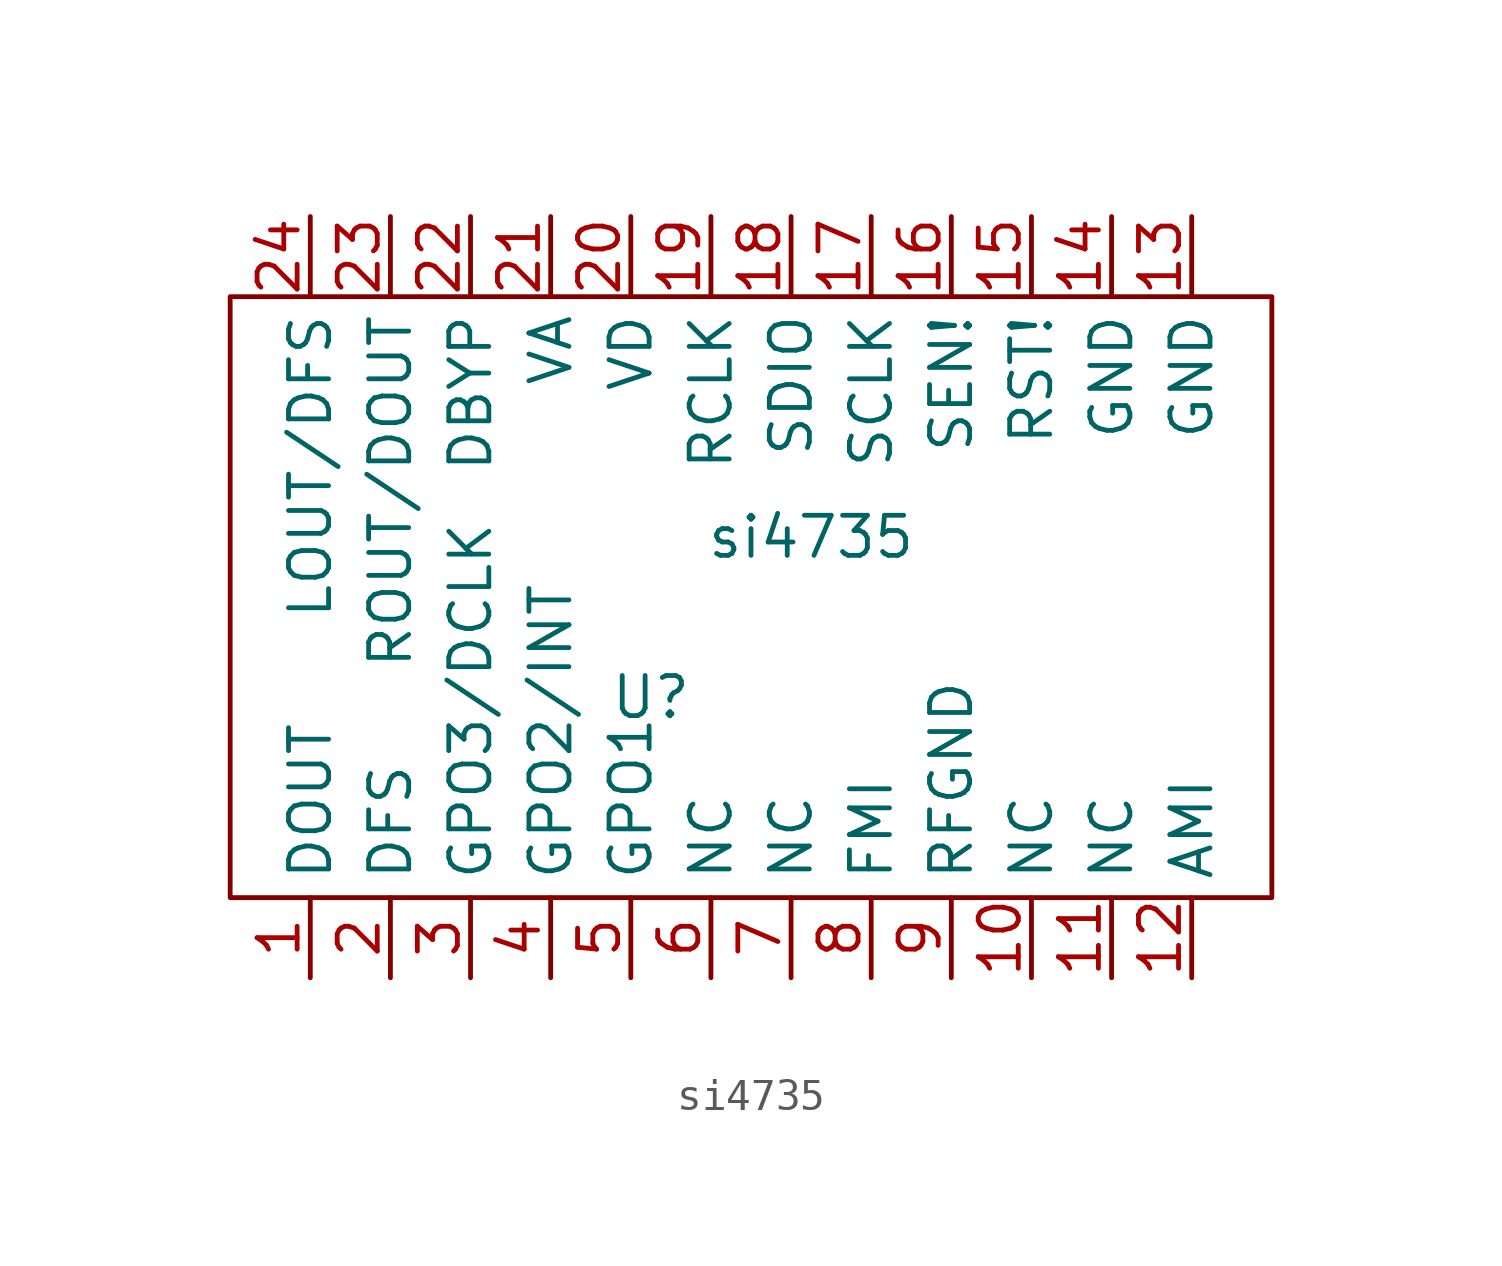
<source format=kicad_sym>
(kicad_symbol_lib
  (version 20211014)
  (generator kicad_symbol_editor)
  (symbol "si4735"
    (property "Reference" "U"
      (at 3.175 -1.905 0)
      (effects (font (size 1.27 1.27))))
    (property "Value" "si4735"
      (at 8.255 3.175 0)
      (effects (font (size 1.27 1.27))))
    (symbol "si4735_0_1"
      (polyline (pts (xy -10.16 -8.255) (xy 22.86 -8.255) (xy 22.86 10.795) (xy -10.16 10.795) (xy -10.16 -8.255)) (stroke (width 0) (type default) (color 0 0 0 0)) (fill (type none))))
    (symbol "si4735_1_1"
      (pin input line (at -7.62 -10.795 90) (length 2.54) (name "DOUT" (effects (font (size 1.27 1.27)))) (number "1" (effects (font (size 1.27 1.27)))))
      (pin input line (at 15.24 -10.795 90) (length 2.54) (name "NC" (effects (font (size 1.27 1.27)))) (number "10" (effects (font (size 1.27 1.27)))))
      (pin input line (at 17.78 -10.795 90) (length 2.54) (name "NC" (effects (font (size 1.27 1.27)))) (number "11" (effects (font (size 1.27 1.27)))))
      (pin input line (at 20.32 -10.795 90) (length 2.54) (name "AMI" (effects (font (size 1.27 1.27)))) (number "12" (effects (font (size 1.27 1.27)))))
      (pin input line (at 20.32 13.335 270) (length 2.54) (name "GND" (effects (font (size 1.27 1.27)))) (number "13" (effects (font (size 1.27 1.27)))))
      (pin input line (at 17.78 13.335 270) (length 2.54) (name "GND" (effects (font (size 1.27 1.27)))) (number "14" (effects (font (size 1.27 1.27)))))
      (pin input line (at 15.24 13.335 270) (length 2.54) (name "RST!" (effects (font (size 1.27 1.27)))) (number "15" (effects (font (size 1.27 1.27)))))
      (pin input line (at 12.7 13.335 270) (length 2.54) (name "SEN!" (effects (font (size 1.27 1.27)))) (number "16" (effects (font (size 1.27 1.27)))))
      (pin input line (at 10.16 13.335 270) (length 2.54) (name "SCLK" (effects (font (size 1.27 1.27)))) (number "17" (effects (font (size 1.27 1.27)))))
      (pin input line (at 7.62 13.335 270) (length 2.54) (name "SDIO" (effects (font (size 1.27 1.27)))) (number "18" (effects (font (size 1.27 1.27)))))
      (pin input line (at 5.08 13.335 270) (length 2.54) (name "RCLK" (effects (font (size 1.27 1.27)))) (number "19" (effects (font (size 1.27 1.27)))))
      (pin input line (at -5.08 -10.795 90) (length 2.54) (name "DFS" (effects (font (size 1.27 1.27)))) (number "2" (effects (font (size 1.27 1.27)))))
      (pin input line (at 2.54 13.335 270) (length 2.54) (name "VD" (effects (font (size 1.27 1.27)))) (number "20" (effects (font (size 1.27 1.27)))))
      (pin input line (at 0 13.335 270) (length 2.54) (name "VA" (effects (font (size 1.27 1.27)))) (number "21" (effects (font (size 1.27 1.27)))))
      (pin input line (at -2.54 13.335 270) (length 2.54) (name "DBYP" (effects (font (size 1.27 1.27)))) (number "22" (effects (font (size 1.27 1.27)))))
      (pin input line (at -5.08 13.335 270) (length 2.54) (name "ROUT/DOUT" (effects (font (size 1.27 1.27)))) (number "23" (effects (font (size 1.27 1.27)))))
      (pin input line (at -7.62 13.335 270) (length 2.54) (name "LOUT/DFS" (effects (font (size 1.27 1.27)))) (number "24" (effects (font (size 1.27 1.27)))))
      (pin input line (at -2.54 -10.795 90) (length 2.54) (name "GPO3/DCLK" (effects (font (size 1.27 1.27)))) (number "3" (effects (font (size 1.27 1.27)))))
      (pin input line (at 0 -10.795 90) (length 2.54) (name "GPO2/INT" (effects (font (size 1.27 1.27)))) (number "4" (effects (font (size 1.27 1.27)))))
      (pin input line (at 2.54 -10.795 90) (length 2.54) (name "GPO1" (effects (font (size 1.27 1.27)))) (number "5" (effects (font (size 1.27 1.27)))))
      (pin input line (at 5.08 -10.795 90) (length 2.54) (name "NC" (effects (font (size 1.27 1.27)))) (number "6" (effects (font (size 1.27 1.27)))))
      (pin input line (at 7.62 -10.795 90) (length 2.54) (name "NC" (effects (font (size 1.27 1.27)))) (number "7" (effects (font (size 1.27 1.27)))))
      (pin input line (at 10.16 -10.795 90) (length 2.54) (name "FMI" (effects (font (size 1.27 1.27)))) (number "8" (effects (font (size 1.27 1.27)))))
      (pin input line (at 12.7 -10.795 90) (length 2.54) (name "RFGND" (effects (font (size 1.27 1.27)))) (number "9" (effects (font (size 1.27 1.27))))))))
</source>
